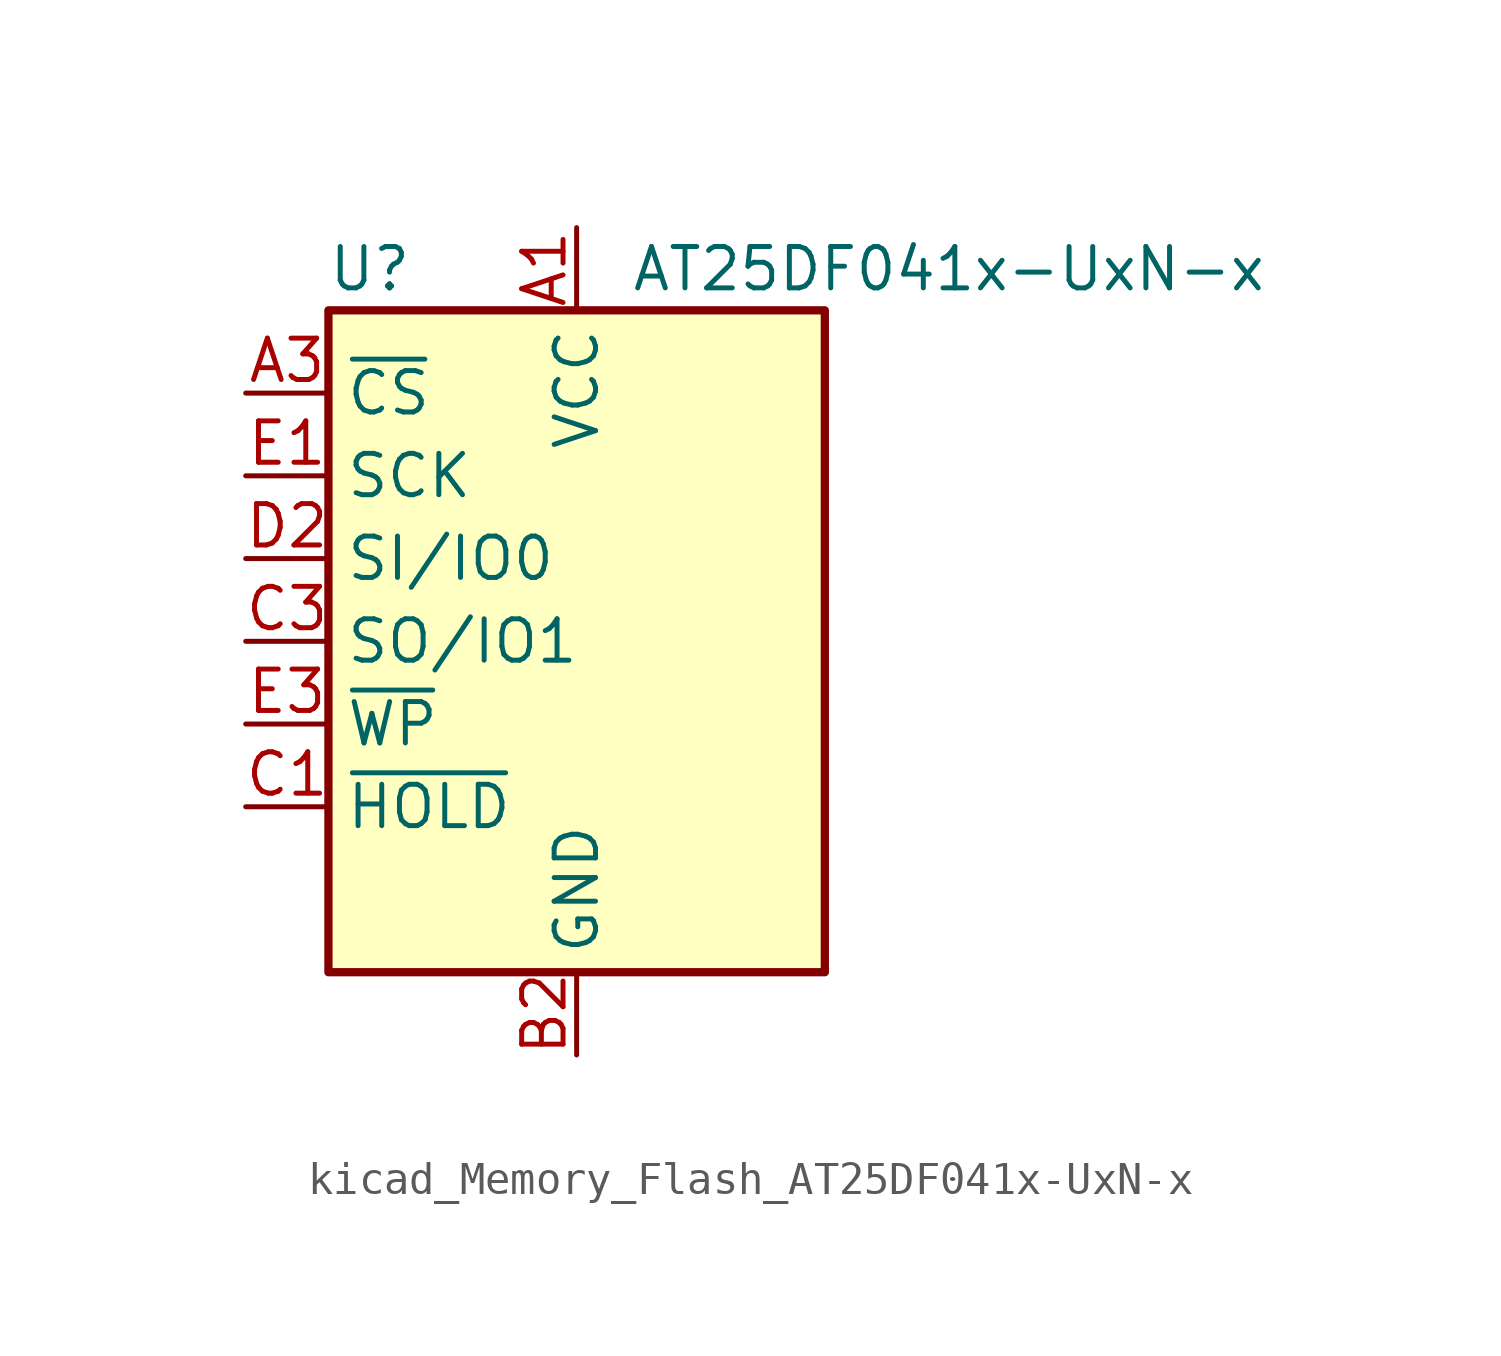
<source format=kicad_sym>
(kicad_symbol_lib
  (version 20220914)
  (generator kicad_symbol_editor)
  (symbol "kicad_Memory_Flash_AT25DF041x-UxN-x"
    (property "Reference" "U"
      (at -6.35 11.43 0)
      (effects (font (size 1.27 1.27))))
    (property "Value" "AT25DF041x-UxN-x"
      (at 11.43 11.43 0)
      (effects (font (size 1.27 1.27))))
    (symbol "kicad_Memory_Flash_AT25DF041x-UxN-x_0_1"
      (rectangle (start -7.62 10.16) (end 7.62 -10.16) (stroke (width 0.254) (type default)) (fill (type background))))
    (symbol "kicad_Memory_Flash_AT25DF041x-UxN-x_1_1"
      (pin power_in line (at 0 12.7 270) (length 2.54) (name "VCC" (effects (font (size 1.27 1.27)))) (number "A1" (effects (font (size 1.27 1.27)))))
      (pin input line (at -10.16 7.62 0) (length 2.54) (name "~{CS}" (effects (font (size 1.27 1.27)))) (number "A3" (effects (font (size 1.27 1.27)))))
      (pin power_in line (at 0 -12.7 90) (length 2.54) (name "GND" (effects (font (size 1.27 1.27)))) (number "B2" (effects (font (size 1.27 1.27)))))
      (pin bidirectional line (at -10.16 -5.08 0) (length 2.54) (name "~{HOLD}" (effects (font (size 1.27 1.27)))) (number "C1" (effects (font (size 1.27 1.27)))))
      (pin bidirectional line (at -10.16 0 0) (length 2.54) (name "SO/IO1" (effects (font (size 1.27 1.27)))) (number "C3" (effects (font (size 1.27 1.27)))))
      (pin bidirectional line (at -10.16 2.54 0) (length 2.54) (name "SI/IO0" (effects (font (size 1.27 1.27)))) (number "D2" (effects (font (size 1.27 1.27)))))
      (pin input line (at -10.16 5.08 0) (length 2.54) (name "SCK" (effects (font (size 1.27 1.27)))) (number "E1" (effects (font (size 1.27 1.27)))))
      (pin bidirectional line (at -10.16 -2.54 0) (length 2.54) (name "~{WP}" (effects (font (size 1.27 1.27)))) (number "E3" (effects (font (size 1.27 1.27))))))))
</source>
